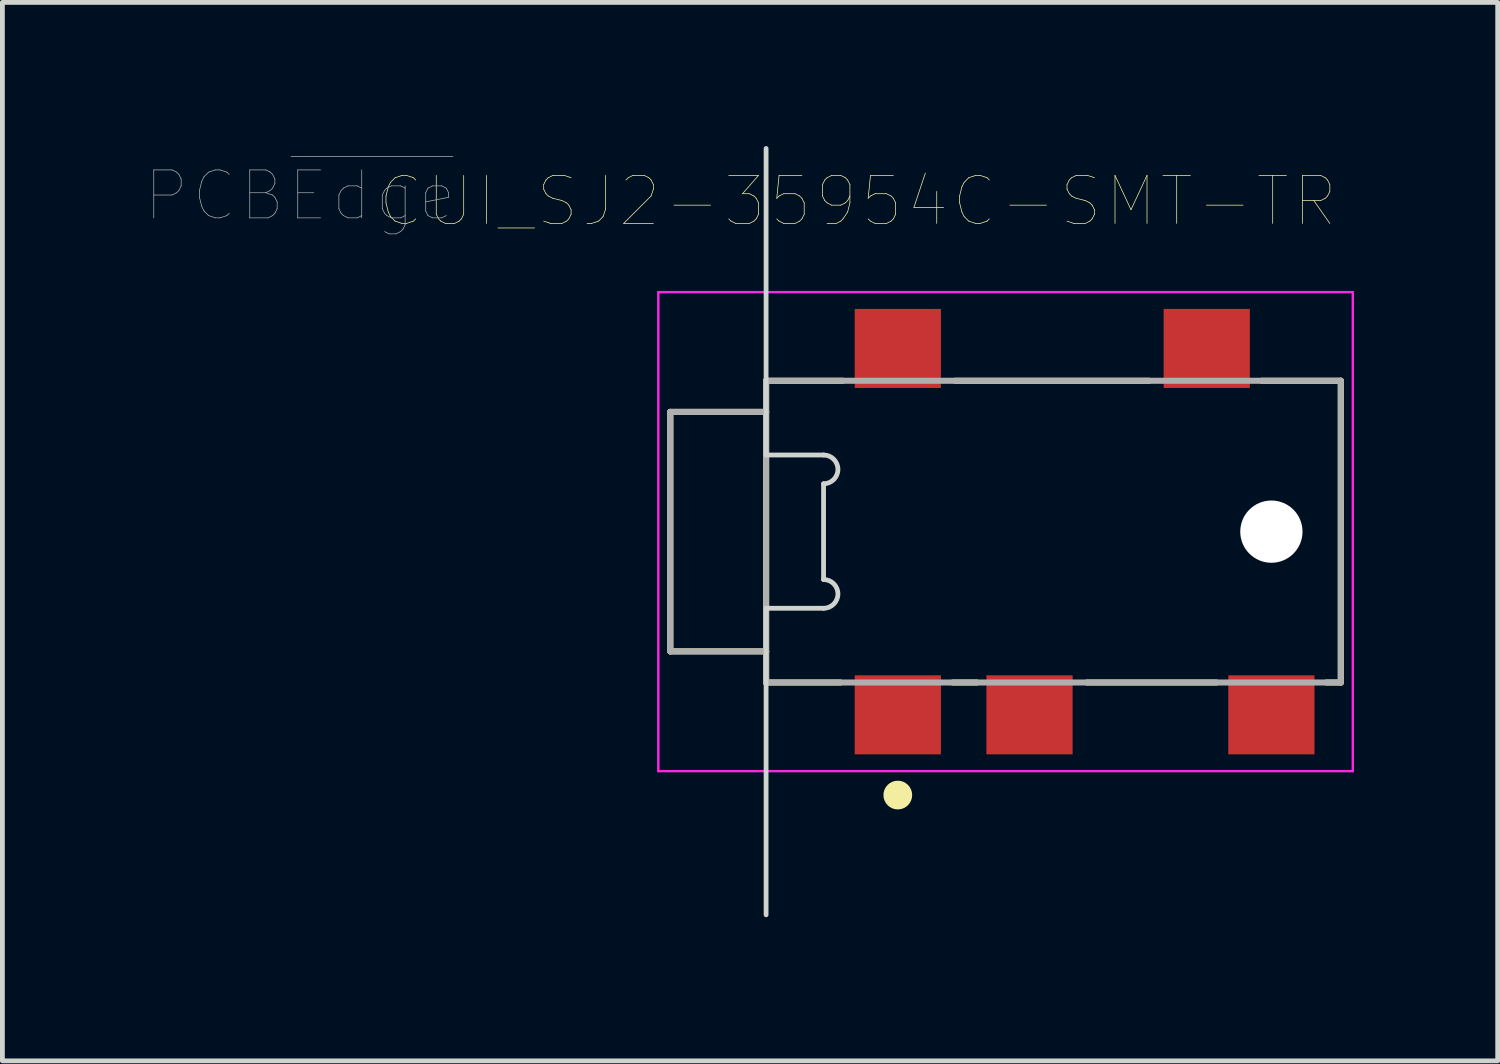
<source format=kicad_pcb>
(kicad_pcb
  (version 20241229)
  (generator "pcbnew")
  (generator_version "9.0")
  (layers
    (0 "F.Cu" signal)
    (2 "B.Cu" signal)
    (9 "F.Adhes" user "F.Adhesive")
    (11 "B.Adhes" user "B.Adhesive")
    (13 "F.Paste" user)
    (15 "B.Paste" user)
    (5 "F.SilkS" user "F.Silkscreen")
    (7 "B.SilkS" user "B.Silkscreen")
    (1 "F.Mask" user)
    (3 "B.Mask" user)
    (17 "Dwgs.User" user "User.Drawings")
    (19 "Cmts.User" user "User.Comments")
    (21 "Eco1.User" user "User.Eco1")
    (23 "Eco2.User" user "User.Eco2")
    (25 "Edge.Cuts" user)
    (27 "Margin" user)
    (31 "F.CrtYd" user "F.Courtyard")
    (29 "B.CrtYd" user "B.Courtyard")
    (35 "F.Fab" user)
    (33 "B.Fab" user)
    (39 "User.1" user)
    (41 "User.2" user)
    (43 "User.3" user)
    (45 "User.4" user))
  (footprint "CUI_SJ2-35954C-SMT-TR"
    (layer "F.Cu")
    (at 18.945 8.05)
    (property "Reference" "CUI_SJ2-35954C-SMT-TR" (at -4.083 -6.898 0) (layer "F.SilkS") (effects (font (size 1.002 1.002) (thickness 0.015))))
    (attr through_hole)
    (fp_line (start -8 -2.5) (end -6 -2.5) (stroke (width 0.127) (type solid)) (layer "F.SilkS"))
    (fp_line (start -8 2.5) (end -8 -2.5) (stroke (width 0.127) (type solid)) (layer "F.SilkS"))
    (fp_line (start -6 -3.15) (end -6 -2.5) (stroke (width 0.127) (type solid)) (layer "F.SilkS"))
    (fp_line (start -6 -2.5) (end -6 2.5) (stroke (width 0.127) (type solid)) (layer "F.SilkS"))
    (fp_line (start -6 2.5) (end -8 2.5) (stroke (width 0.127) (type solid)) (layer "F.SilkS"))
    (fp_line (start -6 2.5) (end -6 3.15) (stroke (width 0.127) (type solid)) (layer "F.SilkS"))
    (fp_line (start -6 3.15) (end -4.45 3.15) (stroke (width 0.127) (type solid)) (layer "F.SilkS"))
    (fp_line (start -4.4 -3.15) (end -6 -3.15) (stroke (width 0.127) (type solid)) (layer "F.SilkS"))
    (fp_line (start -2.1 3.15) (end -1.6 3.15) (stroke (width 0.127) (type solid)) (layer "F.SilkS"))
    (fp_line (start -2.05 -3.15) (end 2 -3.15) (stroke (width 0.127) (type solid)) (layer "F.SilkS"))
    (fp_line (start 0.7 3.15) (end 3.4 3.15) (stroke (width 0.127) (type solid)) (layer "F.SilkS"))
    (fp_line (start 4.35 -3.15) (end 6 -3.15) (stroke (width 0.127) (type solid)) (layer "F.SilkS"))
    (fp_line (start 6 -3.15) (end 6 3.15) (stroke (width 0.127) (type solid)) (layer "F.SilkS"))
    (fp_line (start 6 3.15) (end 5.7 3.15) (stroke (width 0.127) (type solid)) (layer "F.SilkS"))
    (fp_circle (center -3.25 5.5) (end -3.1 5.5) (stroke (width 0.3) (type solid)) (fill no) (layer "F.SilkS"))
    (fp_line (start -6 -8) (end -6 -1.6) (stroke (width 0.1) (type solid)) (layer "Edge.Cuts"))
    (fp_line (start -6 -1.6) (end -4.8 -1.6) (stroke (width 0.1) (type solid)) (layer "Edge.Cuts"))
    (fp_line (start -6 1.6) (end -6 8) (stroke (width 0.1) (type solid)) (layer "Edge.Cuts"))
    (fp_line (start -4.8 -1) (end -4.8 1) (stroke (width 0.1) (type solid)) (layer "Edge.Cuts"))
    (fp_line (start -4.8 1.6) (end -6 1.6) (stroke (width 0.1) (type solid)) (layer "Edge.Cuts"))
    (fp_arc (start -4.8 -1.6) (mid -4.5 -1.3) (end -4.8 -1) (stroke (width 0.1) (type solid)) (layer "Edge.Cuts"))
    (fp_arc (start -4.8 1) (mid -4.5 1.3) (end -4.8 1.6) (stroke (width 0.1) (type solid)) (layer "Edge.Cuts"))
    (fp_line (start -8.25 -5) (end 6.25 -5) (stroke (width 0.05) (type solid)) (layer "F.CrtYd"))
    (fp_line (start -8.25 5) (end -8.25 -5) (stroke (width 0.05) (type solid)) (layer "F.CrtYd"))
    (fp_line (start 6.25 -5) (end 6.25 5) (stroke (width 0.05) (type solid)) (layer "F.CrtYd"))
    (fp_line (start 6.25 5) (end -8.25 5) (stroke (width 0.05) (type solid)) (layer "F.CrtYd"))
    (fp_line (start -8 -2.5) (end -8 2.5) (stroke (width 0.127) (type solid)) (layer "F.Fab"))
    (fp_line (start -8 2.5) (end -6 2.5) (stroke (width 0.127) (type solid)) (layer "F.Fab"))
    (fp_line (start -6 -3.15) (end 6 -3.15) (stroke (width 0.127) (type solid)) (layer "F.Fab"))
    (fp_line (start -6 -2.5) (end -8 -2.5) (stroke (width 0.127) (type solid)) (layer "F.Fab"))
    (fp_line (start -6 -2.5) (end -6 -3.15) (stroke (width 0.127) (type solid)) (layer "F.Fab"))
    (fp_line (start -6 2.5) (end -6 -2.5) (stroke (width 0.127) (type solid)) (layer "F.Fab"))
    (fp_line (start -6 3.15) (end -6 2.5) (stroke (width 0.127) (type solid)) (layer "F.Fab"))
    (fp_line (start 6 -3.15) (end 6 3.15) (stroke (width 0.127) (type solid)) (layer "F.Fab"))
    (fp_line (start 6 3.15) (end -6 3.15) (stroke (width 0.127) (type solid)) (layer "F.Fab"))
    (fp_text user "PCB~{Edge}" (at -15.731 -7.014 0) (layer "F.Fab") (effects (font (size 1.002 1.002) (thickness 0.015))))
    (pad "" np_thru_hole circle (at 4.55 0) (size 1.3 1.3) (drill 1.3) (layers "*.Cu" "*.Mask"))
    (pad "1" smd rect (at -3.25 3.825) (size 1.8 1.65) (layers "F.Cu" "F.Mask" "F.Paste"))
    (pad "2" smd rect (at 3.2 -3.825) (size 1.8 1.65) (layers "F.Cu" "F.Mask" "F.Paste"))
    (pad "3" smd rect (at -0.5 3.825) (size 1.8 1.65) (layers "F.Cu" "F.Mask" "F.Paste"))
    (pad "4" smd rect (at -3.25 -3.825) (size 1.8 1.65) (layers "F.Cu" "F.Mask" "F.Paste"))
    (pad "11" smd rect (at 4.55 3.825) (size 1.8 1.65) (layers "F.Cu" "F.Mask" "F.Paste")))
  (gr_rect
    (start -3 -3)
    (end 28.22 19.1)
    (stroke (width 0.1) (type default))
    (fill no)
    (layer "Edge.Cuts")))
</source>
